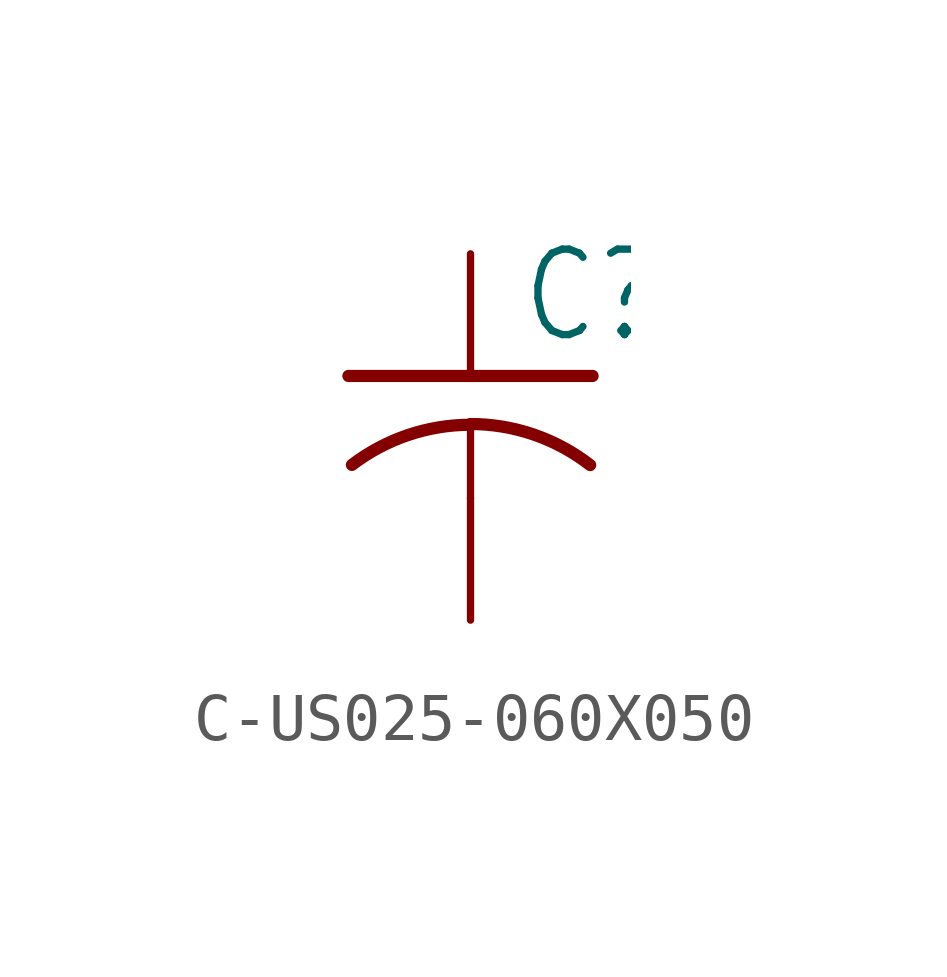
<source format=kicad_sym>
(kicad_symbol_lib
  (version 20231120)
  (generator "kicad_symbol_editor")
  (generator_version "8.0")
  (symbol "C-US025-060X050"
    (property "Reference" "C"
      (at 1.016 0.635 0)
      (effects (font (size 1.778 1.511)) (justify left bottom)))
    (property "Value" ""
      (at 1.016 -4.191 0)
      (effects (font (size 1.778 1.511)) (justify left bottom)))
    (property "ki_locked" ""
      (at 0 0 0)
      (effects (font (size 1.27 1.27))))
    (symbol "C-US025-060X050_1_0"
      (arc (start 0 -1.0161) (mid -1.302 -1.2303) (end -2.4668 -1.8504) (stroke (width 0.254) (type solid)) (fill (type none)))
      (polyline (pts (xy -2.54 0) (xy 2.54 0)) (stroke (width 0.254) (type solid)) (fill (type none)))
      (polyline (pts (xy 0 -1.016) (xy 0 -2.54)) (stroke (width 0.152) (type solid)) (fill (type none)))
      (arc (start 2.4892 -1.8541) (mid 1.3158 -1.2194) (end 0 -1) (stroke (width 0.254) (type solid)) (fill (type none)))
      (pin passive line (at 0 2.54 270) (length 2.54) (name "1" (effects (font (size 0 0)))) (number "1" (effects (font (size 0 0)))))
      (pin passive line (at 0 -5.08 90) (length 2.54) (name "2" (effects (font (size 0 0)))) (number "2" (effects (font (size 0 0))))))))
</source>
